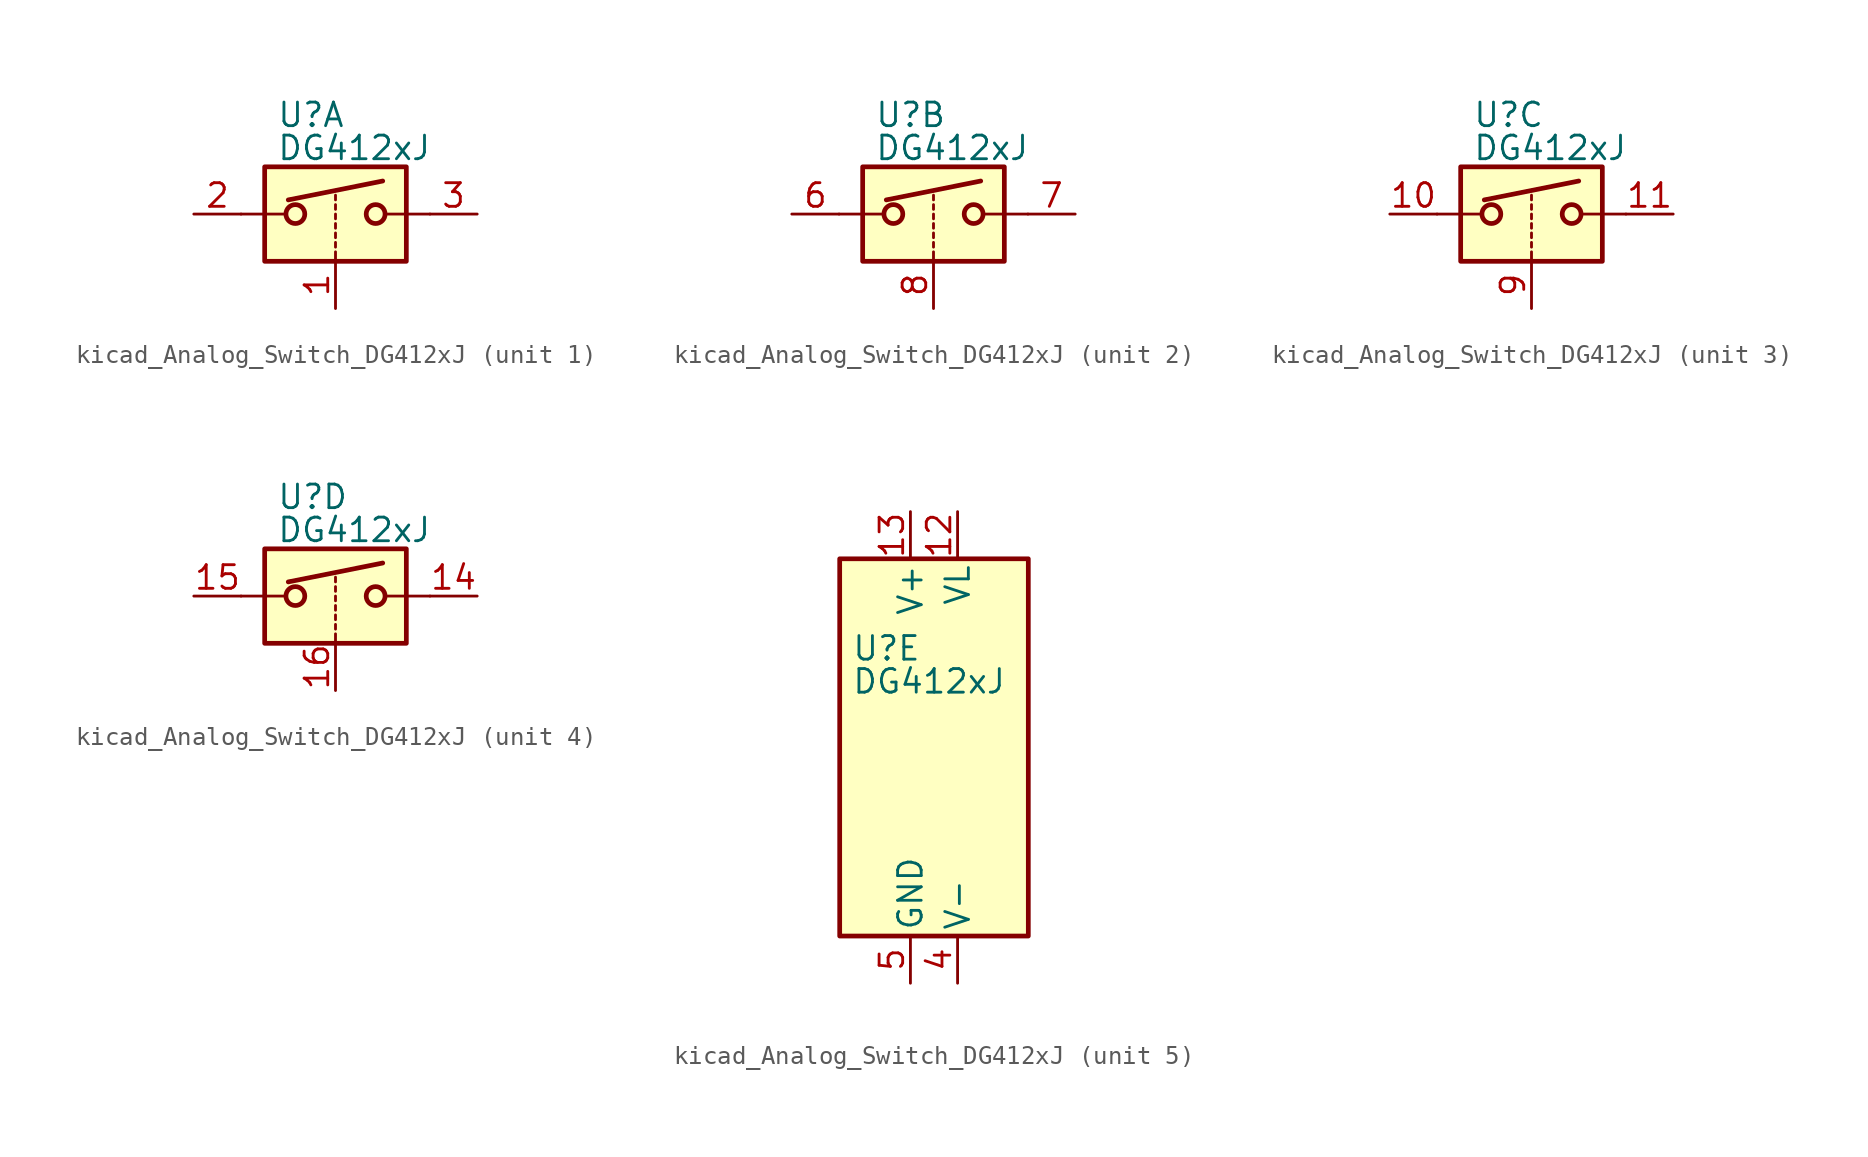
<source format=kicad_sym>
(kicad_symbol_lib
  (version 20220914)
  (generator kicad_symbol_editor)
  (symbol "kicad_Analog_Switch_DG412xJ"
    (pin_names
      (offset 0.254))
    (property "Reference" "U"
      (at -3.175 5.334 0)
      (effects (font (size 1.27 1.27)) (justify left)))
    (property "Value" "DG412xJ"
      (at -3.175 3.556 0)
      (effects (font (size 1.27 1.27)) (justify left)))
    (symbol "kicad_Analog_Switch_DG412xJ_1_1"
      (rectangle (start -3.81 2.54) (end 3.81 -2.54) (stroke (width 0.254) (type default)) (fill (type background)))
      (circle (center -2.159 0) (radius 0.508) (stroke (width 0.254) (type default)) (fill (type none)))
      (polyline (pts (xy -5.08 0) (xy -2.794 0)) (stroke (width 0) (type default)) (fill (type none)))
      (polyline (pts (xy -2.54 0.762) (xy 2.54 1.778)) (stroke (width 0.254) (type default)) (fill (type none)))
      (polyline (pts (xy 0 -2.54) (xy 0 -2.032)) (stroke (width 0) (type default)) (fill (type none)))
      (polyline (pts (xy 0 -1.778) (xy 0 -1.524)) (stroke (width 0) (type default)) (fill (type none)))
      (polyline (pts (xy 0 -1.27) (xy 0 -1.016)) (stroke (width 0) (type default)) (fill (type none)))
      (polyline (pts (xy 0 -0.762) (xy 0 -0.508)) (stroke (width 0) (type default)) (fill (type none)))
      (polyline (pts (xy 0 -0.254) (xy 0 0)) (stroke (width 0) (type default)) (fill (type none)))
      (polyline (pts (xy 0 0.254) (xy 0 0.508)) (stroke (width 0) (type default)) (fill (type none)))
      (polyline (pts (xy 0 0.762) (xy 0 1.016)) (stroke (width 0) (type default)) (fill (type none)))
      (polyline (pts (xy 5.08 0) (xy 2.794 0)) (stroke (width 0) (type default)) (fill (type none)))
      (circle (center 2.159 0) (radius 0.508) (stroke (width 0.254) (type default)) (fill (type none)))
      (pin input line (at 0 -5.08 90) (length 2.54) (name "~" (effects (font (size 1.27 1.27)))) (number "1" (effects (font (size 1.27 1.27)))))
      (pin passive line (at -7.62 0 0) (length 2.54) (name "~" (effects (font (size 1.27 1.27)))) (number "2" (effects (font (size 1.27 1.27)))))
      (pin passive line (at 7.62 0 180) (length 2.54) (name "~" (effects (font (size 1.27 1.27)))) (number "3" (effects (font (size 1.27 1.27))))))
    (symbol "kicad_Analog_Switch_DG412xJ_2_1"
      (rectangle (start -3.81 2.54) (end 3.81 -2.54) (stroke (width 0.254) (type default)) (fill (type background)))
      (circle (center -2.159 0) (radius 0.508) (stroke (width 0.254) (type default)) (fill (type none)))
      (polyline (pts (xy -5.08 0) (xy -2.794 0)) (stroke (width 0) (type default)) (fill (type none)))
      (polyline (pts (xy -2.54 0.762) (xy 2.54 1.778)) (stroke (width 0.254) (type default)) (fill (type none)))
      (polyline (pts (xy 0 -2.54) (xy 0 -2.032)) (stroke (width 0) (type default)) (fill (type none)))
      (polyline (pts (xy 0 -1.778) (xy 0 -1.524)) (stroke (width 0) (type default)) (fill (type none)))
      (polyline (pts (xy 0 -1.27) (xy 0 -1.016)) (stroke (width 0) (type default)) (fill (type none)))
      (polyline (pts (xy 0 -0.762) (xy 0 -0.508)) (stroke (width 0) (type default)) (fill (type none)))
      (polyline (pts (xy 0 -0.254) (xy 0 0)) (stroke (width 0) (type default)) (fill (type none)))
      (polyline (pts (xy 0 0.254) (xy 0 0.508)) (stroke (width 0) (type default)) (fill (type none)))
      (polyline (pts (xy 0 0.762) (xy 0 1.016)) (stroke (width 0) (type default)) (fill (type none)))
      (polyline (pts (xy 5.08 0) (xy 2.794 0)) (stroke (width 0) (type default)) (fill (type none)))
      (circle (center 2.159 0) (radius 0.508) (stroke (width 0.254) (type default)) (fill (type none)))
      (pin passive line (at -7.62 0 0) (length 2.54) (name "~" (effects (font (size 1.27 1.27)))) (number "6" (effects (font (size 1.27 1.27)))))
      (pin passive line (at 7.62 0 180) (length 2.54) (name "~" (effects (font (size 1.27 1.27)))) (number "7" (effects (font (size 1.27 1.27)))))
      (pin input line (at 0 -5.08 90) (length 2.54) (name "~" (effects (font (size 1.27 1.27)))) (number "8" (effects (font (size 1.27 1.27))))))
    (symbol "kicad_Analog_Switch_DG412xJ_3_1"
      (rectangle (start -3.81 2.54) (end 3.81 -2.54) (stroke (width 0.254) (type default)) (fill (type background)))
      (circle (center -2.159 0) (radius 0.508) (stroke (width 0.254) (type default)) (fill (type none)))
      (polyline (pts (xy -5.08 0) (xy -2.794 0)) (stroke (width 0) (type default)) (fill (type none)))
      (polyline (pts (xy -2.54 0.762) (xy 2.54 1.778)) (stroke (width 0.254) (type default)) (fill (type none)))
      (polyline (pts (xy 0 -2.54) (xy 0 -2.032)) (stroke (width 0) (type default)) (fill (type none)))
      (polyline (pts (xy 0 -1.778) (xy 0 -1.524)) (stroke (width 0) (type default)) (fill (type none)))
      (polyline (pts (xy 0 -1.27) (xy 0 -1.016)) (stroke (width 0) (type default)) (fill (type none)))
      (polyline (pts (xy 0 -0.762) (xy 0 -0.508)) (stroke (width 0) (type default)) (fill (type none)))
      (polyline (pts (xy 0 -0.254) (xy 0 0)) (stroke (width 0) (type default)) (fill (type none)))
      (polyline (pts (xy 0 0.254) (xy 0 0.508)) (stroke (width 0) (type default)) (fill (type none)))
      (polyline (pts (xy 0 0.762) (xy 0 1.016)) (stroke (width 0) (type default)) (fill (type none)))
      (polyline (pts (xy 5.08 0) (xy 2.794 0)) (stroke (width 0) (type default)) (fill (type none)))
      (circle (center 2.159 0) (radius 0.508) (stroke (width 0.254) (type default)) (fill (type none)))
      (pin passive line (at -7.62 0 0) (length 2.54) (name "~" (effects (font (size 1.27 1.27)))) (number "10" (effects (font (size 1.27 1.27)))))
      (pin passive line (at 7.62 0 180) (length 2.54) (name "~" (effects (font (size 1.27 1.27)))) (number "11" (effects (font (size 1.27 1.27)))))
      (pin input line (at 0 -5.08 90) (length 2.54) (name "~" (effects (font (size 1.27 1.27)))) (number "9" (effects (font (size 1.27 1.27))))))
    (symbol "kicad_Analog_Switch_DG412xJ_4_1"
      (rectangle (start -3.81 2.54) (end 3.81 -2.54) (stroke (width 0.254) (type default)) (fill (type background)))
      (circle (center -2.159 0) (radius 0.508) (stroke (width 0.254) (type default)) (fill (type none)))
      (polyline (pts (xy -5.08 0) (xy -2.794 0)) (stroke (width 0) (type default)) (fill (type none)))
      (polyline (pts (xy -2.54 0.762) (xy 2.54 1.778)) (stroke (width 0.254) (type default)) (fill (type none)))
      (polyline (pts (xy 0 -2.54) (xy 0 -2.032)) (stroke (width 0) (type default)) (fill (type none)))
      (polyline (pts (xy 0 -1.778) (xy 0 -1.524)) (stroke (width 0) (type default)) (fill (type none)))
      (polyline (pts (xy 0 -1.27) (xy 0 -1.016)) (stroke (width 0) (type default)) (fill (type none)))
      (polyline (pts (xy 0 -0.762) (xy 0 -0.508)) (stroke (width 0) (type default)) (fill (type none)))
      (polyline (pts (xy 0 -0.254) (xy 0 0)) (stroke (width 0) (type default)) (fill (type none)))
      (polyline (pts (xy 0 0.254) (xy 0 0.508)) (stroke (width 0) (type default)) (fill (type none)))
      (polyline (pts (xy 0 0.762) (xy 0 1.016)) (stroke (width 0) (type default)) (fill (type none)))
      (polyline (pts (xy 5.08 0) (xy 2.794 0)) (stroke (width 0) (type default)) (fill (type none)))
      (circle (center 2.159 0) (radius 0.508) (stroke (width 0.254) (type default)) (fill (type none)))
      (pin passive line (at 7.62 0 180) (length 2.54) (name "~" (effects (font (size 1.27 1.27)))) (number "14" (effects (font (size 1.27 1.27)))))
      (pin passive line (at -7.62 0 0) (length 2.54) (name "~" (effects (font (size 1.27 1.27)))) (number "15" (effects (font (size 1.27 1.27)))))
      (pin input line (at 0 -5.08 90) (length 2.54) (name "~" (effects (font (size 1.27 1.27)))) (number "16" (effects (font (size 1.27 1.27))))))
    (symbol "kicad_Analog_Switch_DG412xJ_5_0"
      (pin power_in line (at 2.54 12.7 270) (length 2.54) (name "VL" (effects (font (size 1.27 1.27)))) (number "12" (effects (font (size 1.27 1.27)))))
      (pin power_in line (at 0 12.7 270) (length 2.54) (name "V+" (effects (font (size 1.27 1.27)))) (number "13" (effects (font (size 1.27 1.27)))))
      (pin power_in line (at 2.54 -12.7 90) (length 2.54) (name "V-" (effects (font (size 1.27 1.27)))) (number "4" (effects (font (size 1.27 1.27)))))
      (pin power_in line (at 0 -12.7 90) (length 2.54) (name "GND" (effects (font (size 1.27 1.27)))) (number "5" (effects (font (size 1.27 1.27))))))
    (symbol "kicad_Analog_Switch_DG412xJ_5_1"
      (rectangle (start -3.81 10.16) (end 6.35 -10.16) (stroke (width 0.254) (type default)) (fill (type background))))))
</source>
